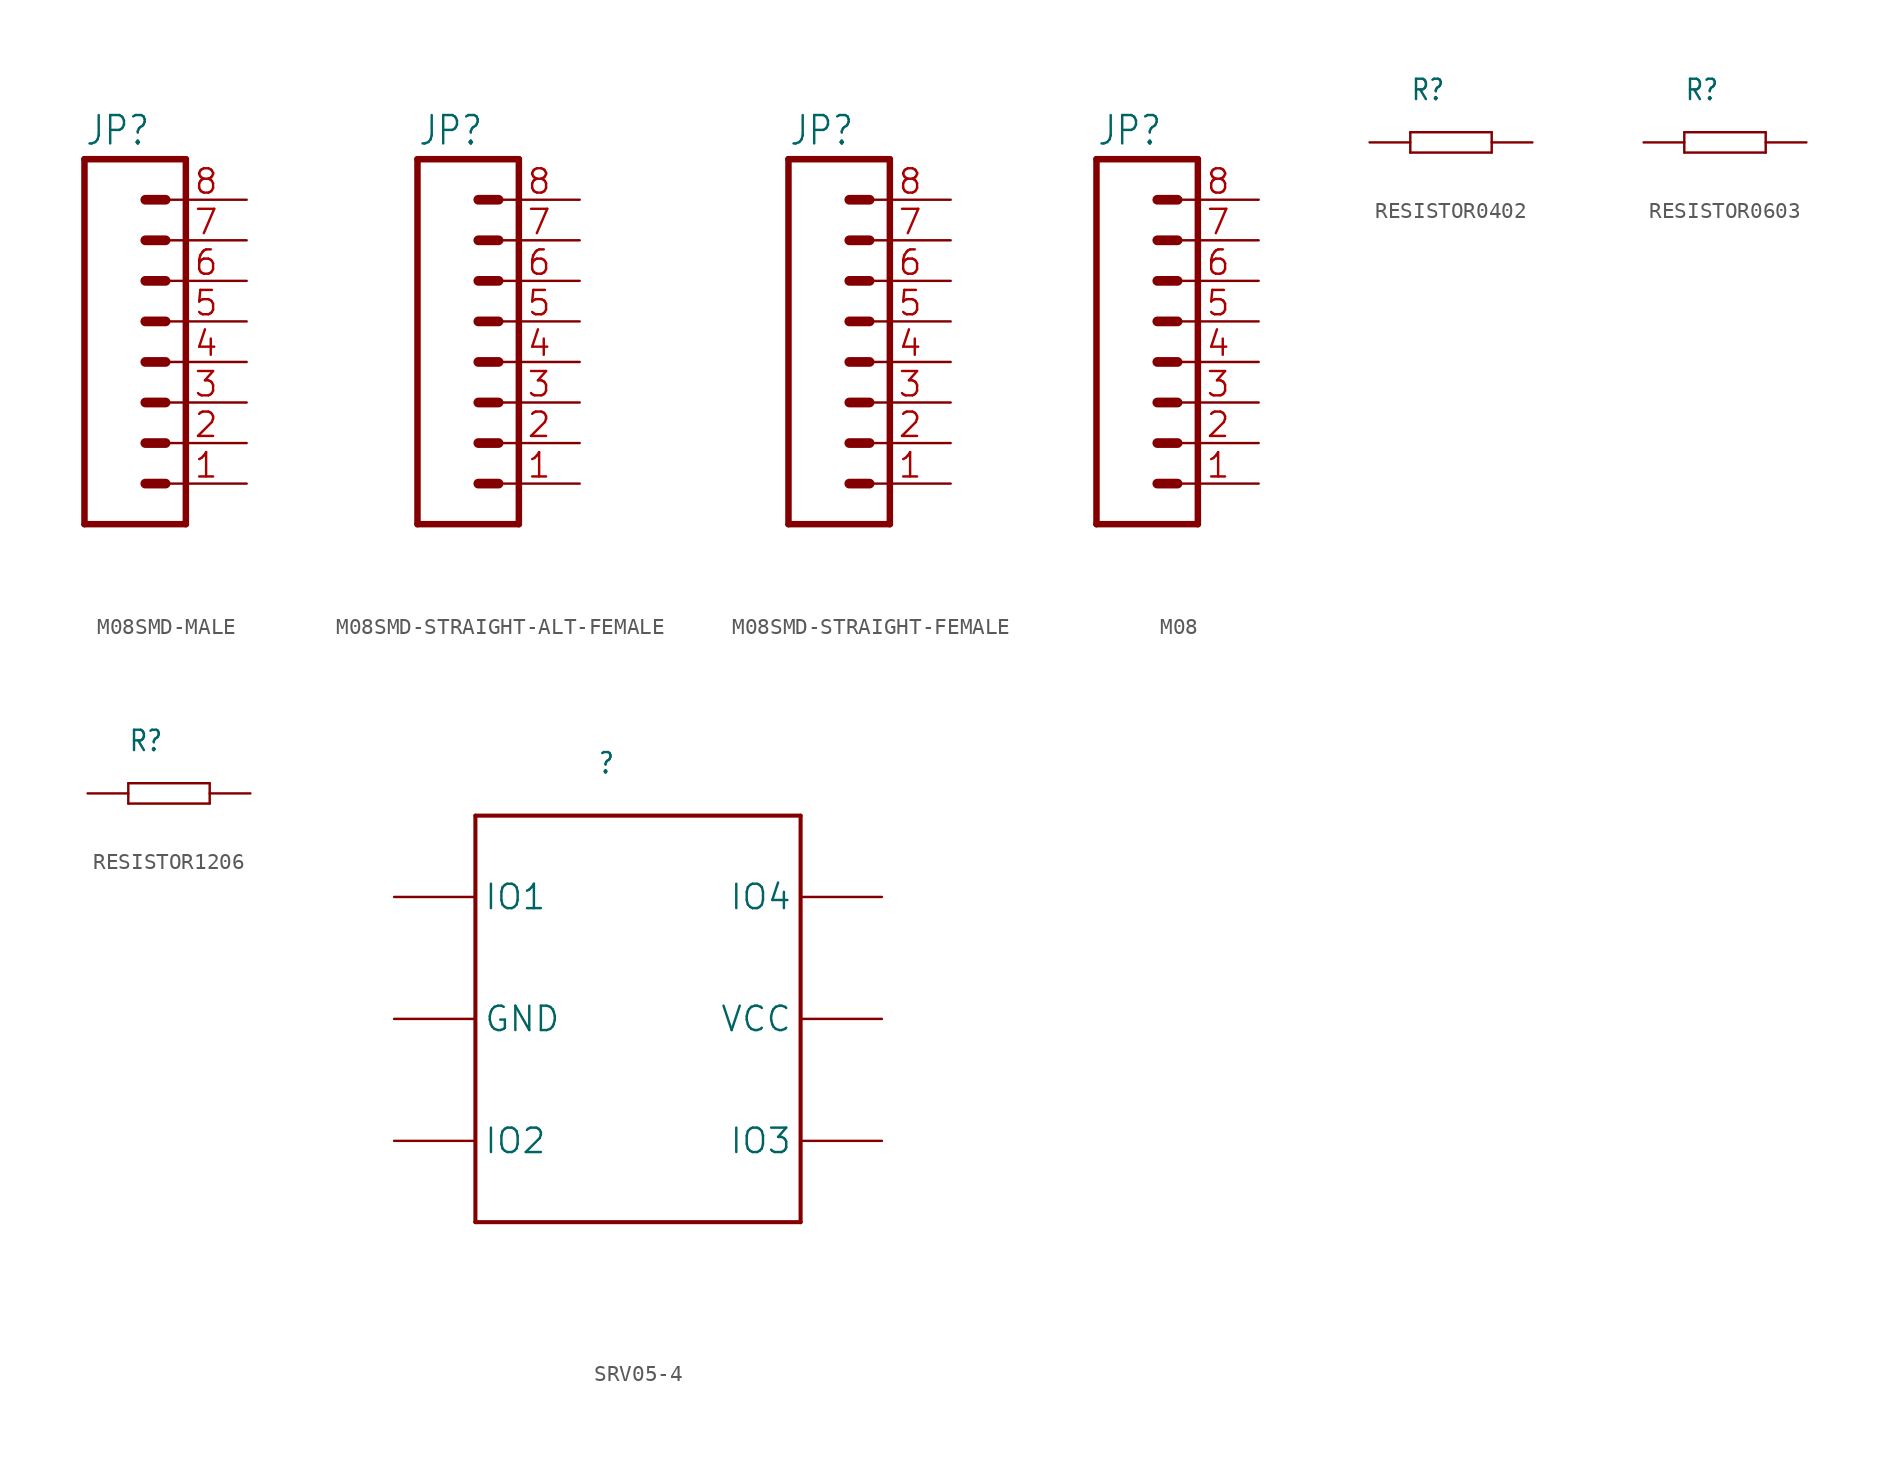
<source format=kicad_sym>
(kicad_symbol_lib
  (version 20241209)
  (generator "kicad_symbol_editor")
  (generator_version "9.0")
  (symbol "M08SMD-MALE"
    (property "Reference" "JP"
      (at -5.08 13.462 0)
      (effects (font (size 1.778 1.511)) (justify left bottom)))
    (property "Value" ""
      (at -5.08 -12.7 0)
      (effects (font (size 1.778 1.511)) (justify left bottom)))
    (property "ki_locked" ""
      (at 0 0 0)
      (effects (font (size 1.27 1.27))))
    (symbol "M08SMD-MALE_1_0"
      (polyline (pts (xy -5.08 12.7) (xy -5.08 -10.16)) (stroke (width 0.406) (type solid)) (fill (type none)))
      (polyline (pts (xy -5.08 12.7) (xy 1.27 12.7)) (stroke (width 0.406) (type solid)) (fill (type none)))
      (polyline (pts (xy -1.27 10.16) (xy 0 10.16)) (stroke (width 0.61) (type solid)) (fill (type none)))
      (polyline (pts (xy -1.27 7.62) (xy 0 7.62)) (stroke (width 0.61) (type solid)) (fill (type none)))
      (polyline (pts (xy -1.27 5.08) (xy 0 5.08)) (stroke (width 0.61) (type solid)) (fill (type none)))
      (polyline (pts (xy -1.27 2.54) (xy 0 2.54)) (stroke (width 0.61) (type solid)) (fill (type none)))
      (polyline (pts (xy -1.27 0) (xy 0 0)) (stroke (width 0.61) (type solid)) (fill (type none)))
      (polyline (pts (xy -1.27 -2.54) (xy 0 -2.54)) (stroke (width 0.61) (type solid)) (fill (type none)))
      (polyline (pts (xy -1.27 -5.08) (xy 0 -5.08)) (stroke (width 0.61) (type solid)) (fill (type none)))
      (polyline (pts (xy -1.27 -7.62) (xy 0 -7.62)) (stroke (width 0.61) (type solid)) (fill (type none)))
      (polyline (pts (xy 1.27 -10.16) (xy -5.08 -10.16)) (stroke (width 0.406) (type solid)) (fill (type none)))
      (polyline (pts (xy 1.27 -10.16) (xy 1.27 12.7)) (stroke (width 0.406) (type solid)) (fill (type none)))
      (pin passive line (at 5.08 10.16 180) (length 5.08) (name "8" (effects (font (size 0 0)))) (number "8" (effects (font (size 1.524 1.524)))))
      (pin passive line (at 5.08 7.62 180) (length 5.08) (name "7" (effects (font (size 0 0)))) (number "7" (effects (font (size 1.524 1.524)))))
      (pin passive line (at 5.08 5.08 180) (length 5.08) (name "6" (effects (font (size 0 0)))) (number "6" (effects (font (size 1.524 1.524)))))
      (pin passive line (at 5.08 2.54 180) (length 5.08) (name "5" (effects (font (size 0 0)))) (number "5" (effects (font (size 1.524 1.524)))))
      (pin passive line (at 5.08 0 180) (length 5.08) (name "4" (effects (font (size 0 0)))) (number "4" (effects (font (size 1.524 1.524)))))
      (pin passive line (at 5.08 -2.54 180) (length 5.08) (name "3" (effects (font (size 0 0)))) (number "3" (effects (font (size 1.524 1.524)))))
      (pin passive line (at 5.08 -5.08 180) (length 5.08) (name "2" (effects (font (size 0 0)))) (number "2" (effects (font (size 1.524 1.524)))))
      (pin passive line (at 5.08 -7.62 180) (length 5.08) (name "1" (effects (font (size 0 0)))) (number "1" (effects (font (size 1.524 1.524)))))))
  (symbol "M08SMD-STRAIGHT-ALT-FEMALE"
    (property "Reference" "JP"
      (at -5.08 13.462 0)
      (effects (font (size 1.778 1.511)) (justify left bottom)))
    (property "Value" ""
      (at -5.08 -12.7 0)
      (effects (font (size 1.778 1.511)) (justify left bottom)))
    (property "ki_locked" ""
      (at 0 0 0)
      (effects (font (size 1.27 1.27))))
    (symbol "M08SMD-STRAIGHT-ALT-FEMALE_1_0"
      (polyline (pts (xy -5.08 12.7) (xy -5.08 -10.16)) (stroke (width 0.406) (type solid)) (fill (type none)))
      (polyline (pts (xy -5.08 12.7) (xy 1.27 12.7)) (stroke (width 0.406) (type solid)) (fill (type none)))
      (polyline (pts (xy -1.27 10.16) (xy 0 10.16)) (stroke (width 0.61) (type solid)) (fill (type none)))
      (polyline (pts (xy -1.27 7.62) (xy 0 7.62)) (stroke (width 0.61) (type solid)) (fill (type none)))
      (polyline (pts (xy -1.27 5.08) (xy 0 5.08)) (stroke (width 0.61) (type solid)) (fill (type none)))
      (polyline (pts (xy -1.27 2.54) (xy 0 2.54)) (stroke (width 0.61) (type solid)) (fill (type none)))
      (polyline (pts (xy -1.27 0) (xy 0 0)) (stroke (width 0.61) (type solid)) (fill (type none)))
      (polyline (pts (xy -1.27 -2.54) (xy 0 -2.54)) (stroke (width 0.61) (type solid)) (fill (type none)))
      (polyline (pts (xy -1.27 -5.08) (xy 0 -5.08)) (stroke (width 0.61) (type solid)) (fill (type none)))
      (polyline (pts (xy -1.27 -7.62) (xy 0 -7.62)) (stroke (width 0.61) (type solid)) (fill (type none)))
      (polyline (pts (xy 1.27 -10.16) (xy -5.08 -10.16)) (stroke (width 0.406) (type solid)) (fill (type none)))
      (polyline (pts (xy 1.27 -10.16) (xy 1.27 12.7)) (stroke (width 0.406) (type solid)) (fill (type none)))
      (pin passive line (at 5.08 10.16 180) (length 5.08) (name "8" (effects (font (size 0 0)))) (number "8" (effects (font (size 1.524 1.524)))))
      (pin passive line (at 5.08 7.62 180) (length 5.08) (name "7" (effects (font (size 0 0)))) (number "7" (effects (font (size 1.524 1.524)))))
      (pin passive line (at 5.08 5.08 180) (length 5.08) (name "6" (effects (font (size 0 0)))) (number "6" (effects (font (size 1.524 1.524)))))
      (pin passive line (at 5.08 2.54 180) (length 5.08) (name "5" (effects (font (size 0 0)))) (number "5" (effects (font (size 1.524 1.524)))))
      (pin passive line (at 5.08 0 180) (length 5.08) (name "4" (effects (font (size 0 0)))) (number "4" (effects (font (size 1.524 1.524)))))
      (pin passive line (at 5.08 -2.54 180) (length 5.08) (name "3" (effects (font (size 0 0)))) (number "3" (effects (font (size 1.524 1.524)))))
      (pin passive line (at 5.08 -5.08 180) (length 5.08) (name "2" (effects (font (size 0 0)))) (number "2" (effects (font (size 1.524 1.524)))))
      (pin passive line (at 5.08 -7.62 180) (length 5.08) (name "1" (effects (font (size 0 0)))) (number "1" (effects (font (size 1.524 1.524)))))))
  (symbol "M08SMD-STRAIGHT-FEMALE"
    (property "Reference" "JP"
      (at -5.08 13.462 0)
      (effects (font (size 1.778 1.511)) (justify left bottom)))
    (property "Value" ""
      (at -5.08 -12.7 0)
      (effects (font (size 1.778 1.511)) (justify left bottom)))
    (property "ki_locked" ""
      (at 0 0 0)
      (effects (font (size 1.27 1.27))))
    (symbol "M08SMD-STRAIGHT-FEMALE_1_0"
      (polyline (pts (xy -5.08 12.7) (xy -5.08 -10.16)) (stroke (width 0.406) (type solid)) (fill (type none)))
      (polyline (pts (xy -5.08 12.7) (xy 1.27 12.7)) (stroke (width 0.406) (type solid)) (fill (type none)))
      (polyline (pts (xy -1.27 10.16) (xy 0 10.16)) (stroke (width 0.61) (type solid)) (fill (type none)))
      (polyline (pts (xy -1.27 7.62) (xy 0 7.62)) (stroke (width 0.61) (type solid)) (fill (type none)))
      (polyline (pts (xy -1.27 5.08) (xy 0 5.08)) (stroke (width 0.61) (type solid)) (fill (type none)))
      (polyline (pts (xy -1.27 2.54) (xy 0 2.54)) (stroke (width 0.61) (type solid)) (fill (type none)))
      (polyline (pts (xy -1.27 0) (xy 0 0)) (stroke (width 0.61) (type solid)) (fill (type none)))
      (polyline (pts (xy -1.27 -2.54) (xy 0 -2.54)) (stroke (width 0.61) (type solid)) (fill (type none)))
      (polyline (pts (xy -1.27 -5.08) (xy 0 -5.08)) (stroke (width 0.61) (type solid)) (fill (type none)))
      (polyline (pts (xy -1.27 -7.62) (xy 0 -7.62)) (stroke (width 0.61) (type solid)) (fill (type none)))
      (polyline (pts (xy 1.27 -10.16) (xy -5.08 -10.16)) (stroke (width 0.406) (type solid)) (fill (type none)))
      (polyline (pts (xy 1.27 -10.16) (xy 1.27 12.7)) (stroke (width 0.406) (type solid)) (fill (type none)))
      (pin passive line (at 5.08 10.16 180) (length 5.08) (name "8" (effects (font (size 0 0)))) (number "8" (effects (font (size 1.524 1.524)))))
      (pin passive line (at 5.08 7.62 180) (length 5.08) (name "7" (effects (font (size 0 0)))) (number "7" (effects (font (size 1.524 1.524)))))
      (pin passive line (at 5.08 5.08 180) (length 5.08) (name "6" (effects (font (size 0 0)))) (number "6" (effects (font (size 1.524 1.524)))))
      (pin passive line (at 5.08 2.54 180) (length 5.08) (name "5" (effects (font (size 0 0)))) (number "5" (effects (font (size 1.524 1.524)))))
      (pin passive line (at 5.08 0 180) (length 5.08) (name "4" (effects (font (size 0 0)))) (number "4" (effects (font (size 1.524 1.524)))))
      (pin passive line (at 5.08 -2.54 180) (length 5.08) (name "3" (effects (font (size 0 0)))) (number "3" (effects (font (size 1.524 1.524)))))
      (pin passive line (at 5.08 -5.08 180) (length 5.08) (name "2" (effects (font (size 0 0)))) (number "2" (effects (font (size 1.524 1.524)))))
      (pin passive line (at 5.08 -7.62 180) (length 5.08) (name "1" (effects (font (size 0 0)))) (number "1" (effects (font (size 1.524 1.524)))))))
  (symbol "M08"
    (property "Reference" "JP"
      (at -5.08 13.462 0)
      (effects (font (size 1.778 1.511)) (justify left bottom)))
    (property "Value" ""
      (at -5.08 -12.7 0)
      (effects (font (size 1.778 1.511)) (justify left bottom)))
    (property "ki_locked" ""
      (at 0 0 0)
      (effects (font (size 1.27 1.27))))
    (symbol "M08_1_0"
      (polyline (pts (xy -5.08 12.7) (xy -5.08 -10.16)) (stroke (width 0.406) (type solid)) (fill (type none)))
      (polyline (pts (xy -5.08 12.7) (xy 1.27 12.7)) (stroke (width 0.406) (type solid)) (fill (type none)))
      (polyline (pts (xy -1.27 10.16) (xy 0 10.16)) (stroke (width 0.61) (type solid)) (fill (type none)))
      (polyline (pts (xy -1.27 7.62) (xy 0 7.62)) (stroke (width 0.61) (type solid)) (fill (type none)))
      (polyline (pts (xy -1.27 5.08) (xy 0 5.08)) (stroke (width 0.61) (type solid)) (fill (type none)))
      (polyline (pts (xy -1.27 2.54) (xy 0 2.54)) (stroke (width 0.61) (type solid)) (fill (type none)))
      (polyline (pts (xy -1.27 0) (xy 0 0)) (stroke (width 0.61) (type solid)) (fill (type none)))
      (polyline (pts (xy -1.27 -2.54) (xy 0 -2.54)) (stroke (width 0.61) (type solid)) (fill (type none)))
      (polyline (pts (xy -1.27 -5.08) (xy 0 -5.08)) (stroke (width 0.61) (type solid)) (fill (type none)))
      (polyline (pts (xy -1.27 -7.62) (xy 0 -7.62)) (stroke (width 0.61) (type solid)) (fill (type none)))
      (polyline (pts (xy 1.27 -10.16) (xy -5.08 -10.16)) (stroke (width 0.406) (type solid)) (fill (type none)))
      (polyline (pts (xy 1.27 -10.16) (xy 1.27 12.7)) (stroke (width 0.406) (type solid)) (fill (type none)))
      (pin passive line (at 5.08 10.16 180) (length 5.08) (name "8" (effects (font (size 0 0)))) (number "8" (effects (font (size 1.524 1.524)))))
      (pin passive line (at 5.08 7.62 180) (length 5.08) (name "7" (effects (font (size 0 0)))) (number "7" (effects (font (size 1.524 1.524)))))
      (pin passive line (at 5.08 5.08 180) (length 5.08) (name "6" (effects (font (size 0 0)))) (number "6" (effects (font (size 1.524 1.524)))))
      (pin passive line (at 5.08 2.54 180) (length 5.08) (name "5" (effects (font (size 0 0)))) (number "5" (effects (font (size 1.524 1.524)))))
      (pin passive line (at 5.08 0 180) (length 5.08) (name "4" (effects (font (size 0 0)))) (number "4" (effects (font (size 1.524 1.524)))))
      (pin passive line (at 5.08 -2.54 180) (length 5.08) (name "3" (effects (font (size 0 0)))) (number "3" (effects (font (size 1.524 1.524)))))
      (pin passive line (at 5.08 -5.08 180) (length 5.08) (name "2" (effects (font (size 0 0)))) (number "2" (effects (font (size 1.524 1.524)))))
      (pin passive line (at 5.08 -7.62 180) (length 5.08) (name "1" (effects (font (size 0 0)))) (number "1" (effects (font (size 1.524 1.524)))))))
  (symbol "RESISTOR0402"
    (property "Reference" "R"
      (at -2.54 2.54 0)
      (effects (font (size 1.27 1.079)) (justify left bottom)))
    (property "Value" ""
      (at -2.54 -2.54 0)
      (effects (font (size 1.27 1.079)) (justify left bottom)))
    (property "ki_locked" ""
      (at 0 0 0)
      (effects (font (size 1.27 1.27))))
    (symbol "RESISTOR0402_1_0"
      (polyline (pts (xy -2.54 0.635) (xy 2.54 0.635)) (stroke (width 0.152) (type solid)) (fill (type none)))
      (polyline (pts (xy -2.54 -0.635) (xy -2.54 0.635)) (stroke (width 0.152) (type solid)) (fill (type none)))
      (polyline (pts (xy 2.54 0.635) (xy 2.54 -0.635)) (stroke (width 0.152) (type solid)) (fill (type none)))
      (polyline (pts (xy 2.54 -0.635) (xy -2.54 -0.635)) (stroke (width 0.152) (type solid)) (fill (type none)))
      (pin passive line (at -5.08 0 0) (length 2.54) (name "P$1" (effects (font (size 0 0)))) (number "P$1" (effects (font (size 0 0)))))
      (pin passive line (at 5.08 0 180) (length 2.54) (name "P$2" (effects (font (size 0 0)))) (number "P$2" (effects (font (size 0 0)))))))
  (symbol "RESISTOR0603"
    (property "Reference" "R"
      (at -2.54 2.54 0)
      (effects (font (size 1.27 1.079)) (justify left bottom)))
    (property "Value" ""
      (at -2.54 -2.54 0)
      (effects (font (size 1.27 1.079)) (justify left bottom)))
    (property "ki_locked" ""
      (at 0 0 0)
      (effects (font (size 1.27 1.27))))
    (symbol "RESISTOR0603_1_0"
      (polyline (pts (xy -2.54 0.635) (xy 2.54 0.635)) (stroke (width 0.152) (type solid)) (fill (type none)))
      (polyline (pts (xy -2.54 -0.635) (xy -2.54 0.635)) (stroke (width 0.152) (type solid)) (fill (type none)))
      (polyline (pts (xy 2.54 0.635) (xy 2.54 -0.635)) (stroke (width 0.152) (type solid)) (fill (type none)))
      (polyline (pts (xy 2.54 -0.635) (xy -2.54 -0.635)) (stroke (width 0.152) (type solid)) (fill (type none)))
      (pin passive line (at -5.08 0 0) (length 2.54) (name "P$1" (effects (font (size 0 0)))) (number "P$1" (effects (font (size 0 0)))))
      (pin passive line (at 5.08 0 180) (length 2.54) (name "P$2" (effects (font (size 0 0)))) (number "P$2" (effects (font (size 0 0)))))))
  (symbol "RESISTOR1206"
    (property "Reference" "R"
      (at -2.54 2.54 0)
      (effects (font (size 1.27 1.079)) (justify left bottom)))
    (property "Value" ""
      (at -2.54 -2.54 0)
      (effects (font (size 1.27 1.079)) (justify left bottom)))
    (property "ki_locked" ""
      (at 0 0 0)
      (effects (font (size 1.27 1.27))))
    (symbol "RESISTOR1206_1_0"
      (polyline (pts (xy -2.54 0.635) (xy 2.54 0.635)) (stroke (width 0.152) (type solid)) (fill (type none)))
      (polyline (pts (xy -2.54 -0.635) (xy -2.54 0.635)) (stroke (width 0.152) (type solid)) (fill (type none)))
      (polyline (pts (xy 2.54 0.635) (xy 2.54 -0.635)) (stroke (width 0.152) (type solid)) (fill (type none)))
      (polyline (pts (xy 2.54 -0.635) (xy -2.54 -0.635)) (stroke (width 0.152) (type solid)) (fill (type none)))
      (pin passive line (at -5.08 0 0) (length 2.54) (name "P$1" (effects (font (size 0 0)))) (number "P$1" (effects (font (size 0 0)))))
      (pin passive line (at 5.08 0 180) (length 2.54) (name "P$2" (effects (font (size 0 0)))) (number "P$2" (effects (font (size 0 0)))))))
  (symbol "SRV05-4"
    (property "Reference" ""
      (at -2.54 15.24 0)
      (effects (font (size 1.27 1.079)) (justify left bottom)))
    (property "Value" ""
      (at -2.54 -17.78 0)
      (effects (font (size 1.27 1.079)) (justify left bottom)))
    (property "ki_locked" ""
      (at 0 0 0)
      (effects (font (size 1.27 1.27))))
    (symbol "SRV05-4_1_0"
      (polyline (pts (xy -10.16 12.7) (xy 10.16 12.7)) (stroke (width 0.254) (type solid)) (fill (type none)))
      (polyline (pts (xy -10.16 -12.7) (xy -10.16 12.7)) (stroke (width 0.254) (type solid)) (fill (type none)))
      (polyline (pts (xy 10.16 12.7) (xy 10.16 -12.7)) (stroke (width 0.254) (type solid)) (fill (type none)))
      (polyline (pts (xy 10.16 -12.7) (xy -10.16 -12.7)) (stroke (width 0.254) (type solid)) (fill (type none)))
      (pin bidirectional line (at -15.24 7.62 0) (length 5.08) (name "IO1" (effects (font (size 1.524 1.524)))) (number "1" (effects (font (size 0 0)))))
      (pin bidirectional line (at -15.24 0 0) (length 5.08) (name "GND" (effects (font (size 1.524 1.524)))) (number "2" (effects (font (size 0 0)))))
      (pin bidirectional line (at -15.24 -7.62 0) (length 5.08) (name "IO2" (effects (font (size 1.524 1.524)))) (number "3" (effects (font (size 0 0)))))
      (pin bidirectional line (at 15.24 7.62 180) (length 5.08) (name "IO4" (effects (font (size 1.524 1.524)))) (number "6" (effects (font (size 0 0)))))
      (pin bidirectional line (at 15.24 0 180) (length 5.08) (name "VCC" (effects (font (size 1.524 1.524)))) (number "5" (effects (font (size 0 0)))))
      (pin bidirectional line (at 15.24 -7.62 180) (length 5.08) (name "IO3" (effects (font (size 1.524 1.524)))) (number "4" (effects (font (size 0 0))))))))
</source>
